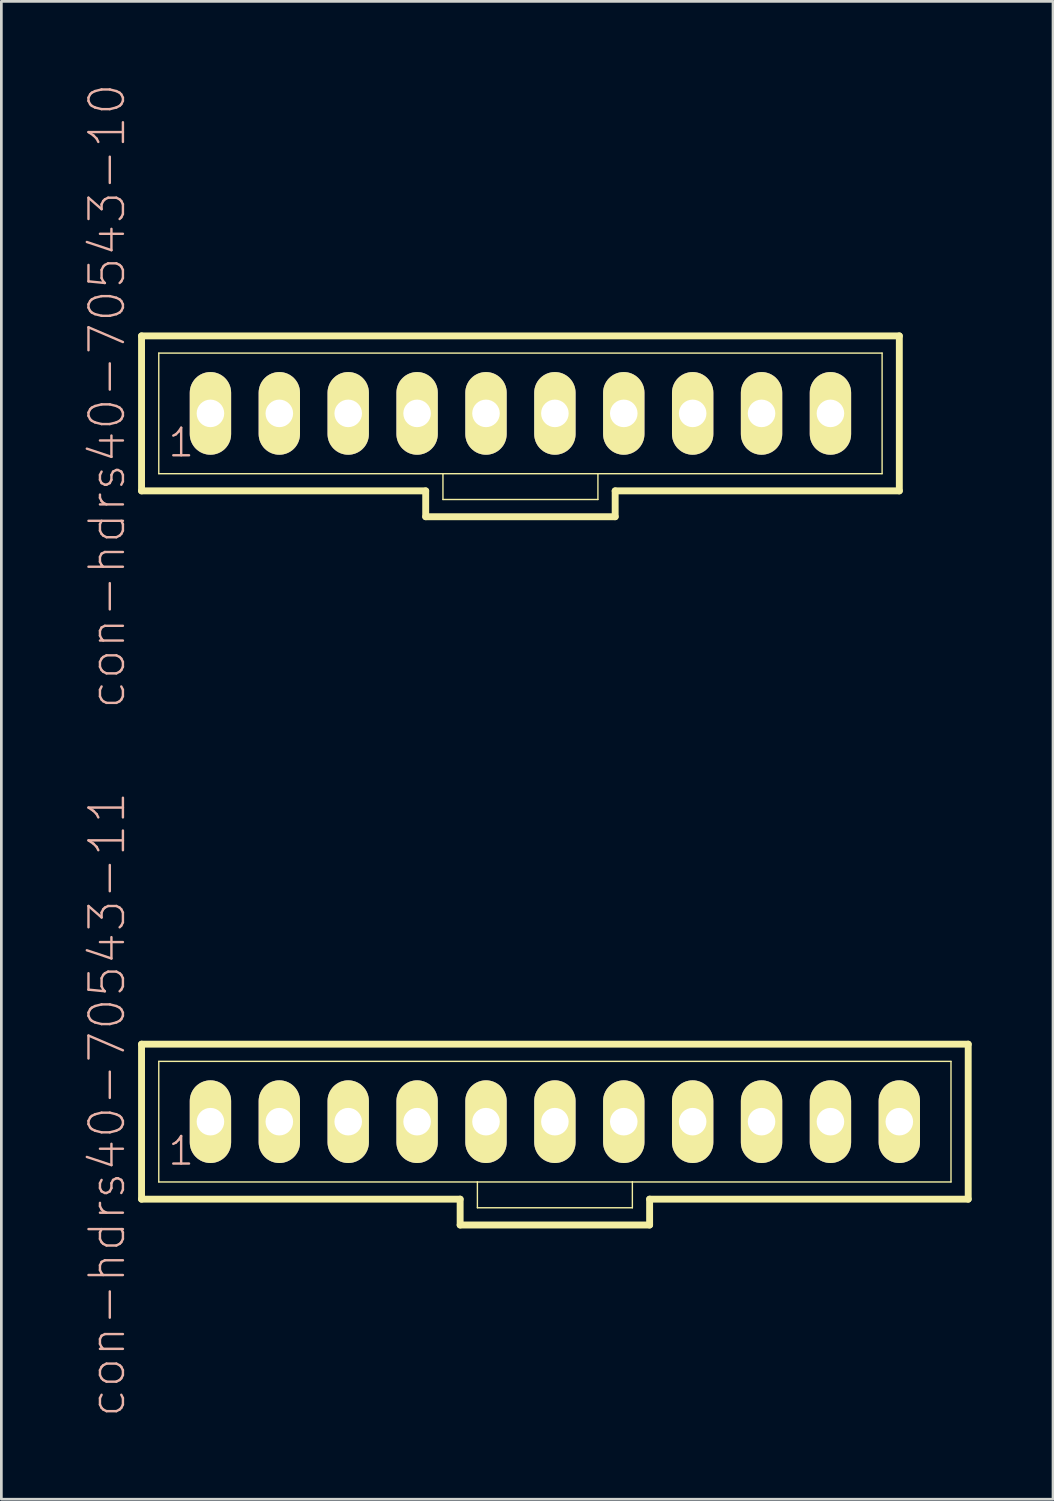
<source format=kicad_pcb>
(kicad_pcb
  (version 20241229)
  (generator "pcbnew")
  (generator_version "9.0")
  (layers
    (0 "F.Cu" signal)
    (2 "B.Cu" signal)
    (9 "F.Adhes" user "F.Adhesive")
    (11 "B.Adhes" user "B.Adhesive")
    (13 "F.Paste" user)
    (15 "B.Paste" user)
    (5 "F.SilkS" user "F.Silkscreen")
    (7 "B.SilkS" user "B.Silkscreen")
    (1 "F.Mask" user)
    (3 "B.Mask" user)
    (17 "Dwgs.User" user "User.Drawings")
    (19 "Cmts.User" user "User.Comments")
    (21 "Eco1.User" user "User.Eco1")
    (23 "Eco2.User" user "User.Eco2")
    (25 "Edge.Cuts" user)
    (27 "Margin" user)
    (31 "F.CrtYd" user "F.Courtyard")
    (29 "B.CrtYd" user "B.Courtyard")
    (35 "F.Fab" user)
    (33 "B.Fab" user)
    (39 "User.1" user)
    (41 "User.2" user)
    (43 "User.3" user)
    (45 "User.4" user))
  (footprint "con-hdrs40-70543-11"
    (layer "F.Cu")
    (at 17.409 38.307)
    (property "Reference" "con-hdrs40-70543-11" (at -16.51 -0.635 90) (layer "B.SilkS") (effects (font (size 1.27 1.27) (thickness 0.089))))
    (attr exclude_from_pos_files exclude_from_bom)
    (fp_line (start -15.24 -2.857) (end -15.24 2.857) (stroke (width 0.254) (type solid)) (layer "F.SilkS"))
    (fp_line (start -15.24 2.857) (end -3.493 2.857) (stroke (width 0.254) (type solid)) (layer "F.SilkS"))
    (fp_line (start -14.605 -2.223) (end -14.605 2.223) (stroke (width 0.051) (type solid)) (layer "F.SilkS"))
    (fp_line (start -14.605 -2.223) (end 14.605 -2.223) (stroke (width 0.051) (type solid)) (layer "F.SilkS"))
    (fp_line (start -14.605 2.223) (end -2.857 2.223) (stroke (width 0.051) (type solid)) (layer "F.SilkS"))
    (fp_line (start -12.936 -0.236) (end -12.461 -0.236) (stroke (width 0.066) (type solid)) (layer "F.SilkS"))
    (fp_line (start -12.936 0.236) (end -12.936 -0.236) (stroke (width 0.066) (type solid)) (layer "F.SilkS"))
    (fp_line (start -12.936 0.236) (end -12.461 0.236) (stroke (width 0.066) (type solid)) (layer "F.SilkS"))
    (fp_line (start -12.461 0.236) (end -12.461 -0.236) (stroke (width 0.066) (type solid)) (layer "F.SilkS"))
    (fp_line (start -10.396 -0.236) (end -9.921 -0.236) (stroke (width 0.066) (type solid)) (layer "F.SilkS"))
    (fp_line (start -10.396 0.236) (end -10.396 -0.236) (stroke (width 0.066) (type solid)) (layer "F.SilkS"))
    (fp_line (start -10.396 0.236) (end -9.921 0.236) (stroke (width 0.066) (type solid)) (layer "F.SilkS"))
    (fp_line (start -9.921 0.236) (end -9.921 -0.236) (stroke (width 0.066) (type solid)) (layer "F.SilkS"))
    (fp_line (start -7.856 -0.236) (end -7.381 -0.236) (stroke (width 0.066) (type solid)) (layer "F.SilkS"))
    (fp_line (start -7.856 0.236) (end -7.856 -0.236) (stroke (width 0.066) (type solid)) (layer "F.SilkS"))
    (fp_line (start -7.856 0.236) (end -7.381 0.236) (stroke (width 0.066) (type solid)) (layer "F.SilkS"))
    (fp_line (start -7.381 0.236) (end -7.381 -0.236) (stroke (width 0.066) (type solid)) (layer "F.SilkS"))
    (fp_line (start -5.316 -0.236) (end -4.841 -0.236) (stroke (width 0.066) (type solid)) (layer "F.SilkS"))
    (fp_line (start -5.316 0.236) (end -5.316 -0.236) (stroke (width 0.066) (type solid)) (layer "F.SilkS"))
    (fp_line (start -5.316 0.236) (end -4.841 0.236) (stroke (width 0.066) (type solid)) (layer "F.SilkS"))
    (fp_line (start -4.841 0.236) (end -4.841 -0.236) (stroke (width 0.066) (type solid)) (layer "F.SilkS"))
    (fp_line (start -3.493 2.857) (end -3.493 3.81) (stroke (width 0.254) (type solid)) (layer "F.SilkS"))
    (fp_line (start -3.493 3.81) (end 3.493 3.81) (stroke (width 0.254) (type solid)) (layer "F.SilkS"))
    (fp_line (start -2.857 2.223) (end -2.857 3.175) (stroke (width 0.051) (type solid)) (layer "F.SilkS"))
    (fp_line (start -2.857 2.223) (end 2.857 2.223) (stroke (width 0.051) (type solid)) (layer "F.SilkS"))
    (fp_line (start -2.776 -0.236) (end -2.301 -0.236) (stroke (width 0.066) (type solid)) (layer "F.SilkS"))
    (fp_line (start -2.776 0.236) (end -2.776 -0.236) (stroke (width 0.066) (type solid)) (layer "F.SilkS"))
    (fp_line (start -2.776 0.236) (end -2.301 0.236) (stroke (width 0.066) (type solid)) (layer "F.SilkS"))
    (fp_line (start -2.301 0.236) (end -2.301 -0.236) (stroke (width 0.066) (type solid)) (layer "F.SilkS"))
    (fp_line (start -0.236 -0.236) (end 0.236 -0.236) (stroke (width 0.066) (type solid)) (layer "F.SilkS"))
    (fp_line (start -0.236 0.236) (end -0.236 -0.236) (stroke (width 0.066) (type solid)) (layer "F.SilkS"))
    (fp_line (start -0.236 0.236) (end 0.236 0.236) (stroke (width 0.066) (type solid)) (layer "F.SilkS"))
    (fp_line (start 0.236 0.236) (end 0.236 -0.236) (stroke (width 0.066) (type solid)) (layer "F.SilkS"))
    (fp_line (start 2.301 -0.236) (end 2.776 -0.236) (stroke (width 0.066) (type solid)) (layer "F.SilkS"))
    (fp_line (start 2.301 0.236) (end 2.301 -0.236) (stroke (width 0.066) (type solid)) (layer "F.SilkS"))
    (fp_line (start 2.301 0.236) (end 2.776 0.236) (stroke (width 0.066) (type solid)) (layer "F.SilkS"))
    (fp_line (start 2.776 0.236) (end 2.776 -0.236) (stroke (width 0.066) (type solid)) (layer "F.SilkS"))
    (fp_line (start 2.857 2.223) (end 2.857 3.175) (stroke (width 0.051) (type solid)) (layer "F.SilkS"))
    (fp_line (start 2.857 2.223) (end 14.605 2.223) (stroke (width 0.051) (type solid)) (layer "F.SilkS"))
    (fp_line (start 2.857 3.175) (end -2.857 3.175) (stroke (width 0.051) (type solid)) (layer "F.SilkS"))
    (fp_line (start 3.493 2.857) (end 15.24 2.857) (stroke (width 0.254) (type solid)) (layer "F.SilkS"))
    (fp_line (start 3.493 3.81) (end 3.493 2.857) (stroke (width 0.254) (type solid)) (layer "F.SilkS"))
    (fp_line (start 4.841 -0.236) (end 5.316 -0.236) (stroke (width 0.066) (type solid)) (layer "F.SilkS"))
    (fp_line (start 4.841 0.236) (end 4.841 -0.236) (stroke (width 0.066) (type solid)) (layer "F.SilkS"))
    (fp_line (start 4.841 0.236) (end 5.316 0.236) (stroke (width 0.066) (type solid)) (layer "F.SilkS"))
    (fp_line (start 5.316 0.236) (end 5.316 -0.236) (stroke (width 0.066) (type solid)) (layer "F.SilkS"))
    (fp_line (start 7.381 -0.236) (end 7.856 -0.236) (stroke (width 0.066) (type solid)) (layer "F.SilkS"))
    (fp_line (start 7.381 0.236) (end 7.381 -0.236) (stroke (width 0.066) (type solid)) (layer "F.SilkS"))
    (fp_line (start 7.381 0.236) (end 7.856 0.236) (stroke (width 0.066) (type solid)) (layer "F.SilkS"))
    (fp_line (start 7.856 0.236) (end 7.856 -0.236) (stroke (width 0.066) (type solid)) (layer "F.SilkS"))
    (fp_line (start 9.921 -0.236) (end 10.396 -0.236) (stroke (width 0.066) (type solid)) (layer "F.SilkS"))
    (fp_line (start 9.921 0.236) (end 9.921 -0.236) (stroke (width 0.066) (type solid)) (layer "F.SilkS"))
    (fp_line (start 9.921 0.236) (end 10.396 0.236) (stroke (width 0.066) (type solid)) (layer "F.SilkS"))
    (fp_line (start 10.396 0.236) (end 10.396 -0.236) (stroke (width 0.066) (type solid)) (layer "F.SilkS"))
    (fp_line (start 12.461 -0.236) (end 12.936 -0.236) (stroke (width 0.066) (type solid)) (layer "F.SilkS"))
    (fp_line (start 12.461 0.236) (end 12.461 -0.236) (stroke (width 0.066) (type solid)) (layer "F.SilkS"))
    (fp_line (start 12.461 0.236) (end 12.936 0.236) (stroke (width 0.066) (type solid)) (layer "F.SilkS"))
    (fp_line (start 12.936 0.236) (end 12.936 -0.236) (stroke (width 0.066) (type solid)) (layer "F.SilkS"))
    (fp_line (start 14.605 -2.223) (end 14.605 2.223) (stroke (width 0.051) (type solid)) (layer "F.SilkS"))
    (fp_line (start 15.24 -2.857) (end -15.24 -2.857) (stroke (width 0.254) (type solid)) (layer "F.SilkS"))
    (fp_line (start 15.24 2.857) (end 15.24 -2.857) (stroke (width 0.254) (type solid)) (layer "F.SilkS"))
    (fp_text user "1" (at -13.78 1.079 0) (layer "B.SilkS") (effects (font (size 1.016 1.016) (thickness 0.089))))
    (pad "1" thru_hole oval (at -12.7 0) (size 1.524 3.048) (drill 1.016) (layers "*.Cu" "F.Mask" "F.SilkS" "F.Paste"))
    (pad "2" thru_hole oval (at -10.16 0) (size 1.524 3.048) (drill 1.016) (layers "*.Cu" "F.Mask" "F.SilkS" "F.Paste"))
    (pad "3" thru_hole oval (at -7.62 0) (size 1.524 3.048) (drill 1.016) (layers "*.Cu" "F.Mask" "F.SilkS" "F.Paste"))
    (pad "4" thru_hole oval (at -5.08 0) (size 1.524 3.048) (drill 1.016) (layers "*.Cu" "F.Mask" "F.SilkS" "F.Paste"))
    (pad "5" thru_hole oval (at -2.54 0) (size 1.524 3.048) (drill 1.016) (layers "*.Cu" "F.Mask" "F.SilkS" "F.Paste"))
    (pad "6" thru_hole oval (at 0 0) (size 1.524 3.048) (drill 1.016) (layers "*.Cu" "F.Mask" "F.SilkS" "F.Paste"))
    (pad "7" thru_hole oval (at 2.54 0) (size 1.524 3.048) (drill 1.016) (layers "*.Cu" "F.Mask" "F.SilkS" "F.Paste"))
    (pad "8" thru_hole oval (at 5.08 0) (size 1.524 3.048) (drill 1.016) (layers "*.Cu" "F.Mask" "F.SilkS" "F.Paste"))
    (pad "9" thru_hole oval (at 7.62 0) (size 1.524 3.048) (drill 1.016) (layers "*.Cu" "F.Mask" "F.SilkS" "F.Paste"))
    (pad "10" thru_hole oval (at 10.16 0) (size 1.524 3.048) (drill 1.016) (layers "*.Cu" "F.Mask" "F.SilkS" "F.Paste"))
    (pad "11" thru_hole oval (at 12.7 0) (size 1.524 3.048) (drill 1.016) (layers "*.Cu" "F.Mask" "F.SilkS" "F.Paste")))
  (footprint "con-hdrs40-70543-10"
    (layer "F.Cu")
    (at 16.139 12.192)
    (property "Reference" "con-hdrs40-70543-10" (at -15.24 -0.635 90) (layer "B.SilkS") (effects (font (size 1.27 1.27) (thickness 0.089))))
    (attr exclude_from_pos_files exclude_from_bom)
    (fp_line (start -13.97 -2.857) (end -13.97 2.857) (stroke (width 0.254) (type solid)) (layer "F.SilkS"))
    (fp_line (start -13.97 2.857) (end -3.493 2.857) (stroke (width 0.254) (type solid)) (layer "F.SilkS"))
    (fp_line (start -13.335 -2.223) (end -13.335 2.223) (stroke (width 0.051) (type solid)) (layer "F.SilkS"))
    (fp_line (start -13.335 -2.223) (end 13.335 -2.223) (stroke (width 0.051) (type solid)) (layer "F.SilkS"))
    (fp_line (start -13.335 2.223) (end -2.857 2.223) (stroke (width 0.051) (type solid)) (layer "F.SilkS"))
    (fp_line (start -11.666 -0.236) (end -11.191 -0.236) (stroke (width 0.066) (type solid)) (layer "F.SilkS"))
    (fp_line (start -11.666 0.236) (end -11.666 -0.236) (stroke (width 0.066) (type solid)) (layer "F.SilkS"))
    (fp_line (start -11.666 0.236) (end -11.191 0.236) (stroke (width 0.066) (type solid)) (layer "F.SilkS"))
    (fp_line (start -11.191 0.236) (end -11.191 -0.236) (stroke (width 0.066) (type solid)) (layer "F.SilkS"))
    (fp_line (start -9.126 -0.236) (end -8.651 -0.236) (stroke (width 0.066) (type solid)) (layer "F.SilkS"))
    (fp_line (start -9.126 0.236) (end -9.126 -0.236) (stroke (width 0.066) (type solid)) (layer "F.SilkS"))
    (fp_line (start -9.126 0.236) (end -8.651 0.236) (stroke (width 0.066) (type solid)) (layer "F.SilkS"))
    (fp_line (start -8.651 0.236) (end -8.651 -0.236) (stroke (width 0.066) (type solid)) (layer "F.SilkS"))
    (fp_line (start -6.586 -0.236) (end -6.111 -0.236) (stroke (width 0.066) (type solid)) (layer "F.SilkS"))
    (fp_line (start -6.586 0.236) (end -6.586 -0.236) (stroke (width 0.066) (type solid)) (layer "F.SilkS"))
    (fp_line (start -6.586 0.236) (end -6.111 0.236) (stroke (width 0.066) (type solid)) (layer "F.SilkS"))
    (fp_line (start -6.111 0.236) (end -6.111 -0.236) (stroke (width 0.066) (type solid)) (layer "F.SilkS"))
    (fp_line (start -4.046 -0.236) (end -3.571 -0.236) (stroke (width 0.066) (type solid)) (layer "F.SilkS"))
    (fp_line (start -4.046 0.236) (end -4.046 -0.236) (stroke (width 0.066) (type solid)) (layer "F.SilkS"))
    (fp_line (start -4.046 0.236) (end -3.571 0.236) (stroke (width 0.066) (type solid)) (layer "F.SilkS"))
    (fp_line (start -3.571 0.236) (end -3.571 -0.236) (stroke (width 0.066) (type solid)) (layer "F.SilkS"))
    (fp_line (start -3.493 2.857) (end -3.493 3.81) (stroke (width 0.254) (type solid)) (layer "F.SilkS"))
    (fp_line (start -3.493 3.81) (end 3.493 3.81) (stroke (width 0.254) (type solid)) (layer "F.SilkS"))
    (fp_line (start -2.857 2.223) (end -2.857 3.175) (stroke (width 0.051) (type solid)) (layer "F.SilkS"))
    (fp_line (start -2.857 2.223) (end 2.857 2.223) (stroke (width 0.051) (type solid)) (layer "F.SilkS"))
    (fp_line (start -1.506 -0.236) (end -1.031 -0.236) (stroke (width 0.066) (type solid)) (layer "F.SilkS"))
    (fp_line (start -1.506 0.236) (end -1.506 -0.236) (stroke (width 0.066) (type solid)) (layer "F.SilkS"))
    (fp_line (start -1.506 0.236) (end -1.031 0.236) (stroke (width 0.066) (type solid)) (layer "F.SilkS"))
    (fp_line (start -1.031 0.236) (end -1.031 -0.236) (stroke (width 0.066) (type solid)) (layer "F.SilkS"))
    (fp_line (start 1.031 -0.236) (end 1.506 -0.236) (stroke (width 0.066) (type solid)) (layer "F.SilkS"))
    (fp_line (start 1.031 0.236) (end 1.031 -0.236) (stroke (width 0.066) (type solid)) (layer "F.SilkS"))
    (fp_line (start 1.031 0.236) (end 1.506 0.236) (stroke (width 0.066) (type solid)) (layer "F.SilkS"))
    (fp_line (start 1.506 0.236) (end 1.506 -0.236) (stroke (width 0.066) (type solid)) (layer "F.SilkS"))
    (fp_line (start 2.857 2.223) (end 2.857 3.175) (stroke (width 0.051) (type solid)) (layer "F.SilkS"))
    (fp_line (start 2.857 2.223) (end 13.335 2.223) (stroke (width 0.051) (type solid)) (layer "F.SilkS"))
    (fp_line (start 2.857 3.175) (end -2.857 3.175) (stroke (width 0.051) (type solid)) (layer "F.SilkS"))
    (fp_line (start 3.493 2.857) (end 13.97 2.857) (stroke (width 0.254) (type solid)) (layer "F.SilkS"))
    (fp_line (start 3.493 3.81) (end 3.493 2.857) (stroke (width 0.254) (type solid)) (layer "F.SilkS"))
    (fp_line (start 3.571 -0.236) (end 4.046 -0.236) (stroke (width 0.066) (type solid)) (layer "F.SilkS"))
    (fp_line (start 3.571 0.236) (end 3.571 -0.236) (stroke (width 0.066) (type solid)) (layer "F.SilkS"))
    (fp_line (start 3.571 0.236) (end 4.046 0.236) (stroke (width 0.066) (type solid)) (layer "F.SilkS"))
    (fp_line (start 4.046 0.236) (end 4.046 -0.236) (stroke (width 0.066) (type solid)) (layer "F.SilkS"))
    (fp_line (start 6.111 -0.236) (end 6.586 -0.236) (stroke (width 0.066) (type solid)) (layer "F.SilkS"))
    (fp_line (start 6.111 0.236) (end 6.111 -0.236) (stroke (width 0.066) (type solid)) (layer "F.SilkS"))
    (fp_line (start 6.111 0.236) (end 6.586 0.236) (stroke (width 0.066) (type solid)) (layer "F.SilkS"))
    (fp_line (start 6.586 0.236) (end 6.586 -0.236) (stroke (width 0.066) (type solid)) (layer "F.SilkS"))
    (fp_line (start 8.651 -0.236) (end 9.126 -0.236) (stroke (width 0.066) (type solid)) (layer "F.SilkS"))
    (fp_line (start 8.651 0.236) (end 8.651 -0.236) (stroke (width 0.066) (type solid)) (layer "F.SilkS"))
    (fp_line (start 8.651 0.236) (end 9.126 0.236) (stroke (width 0.066) (type solid)) (layer "F.SilkS"))
    (fp_line (start 9.126 0.236) (end 9.126 -0.236) (stroke (width 0.066) (type solid)) (layer "F.SilkS"))
    (fp_line (start 11.191 -0.236) (end 11.666 -0.236) (stroke (width 0.066) (type solid)) (layer "F.SilkS"))
    (fp_line (start 11.191 0.236) (end 11.191 -0.236) (stroke (width 0.066) (type solid)) (layer "F.SilkS"))
    (fp_line (start 11.191 0.236) (end 11.666 0.236) (stroke (width 0.066) (type solid)) (layer "F.SilkS"))
    (fp_line (start 11.666 0.236) (end 11.666 -0.236) (stroke (width 0.066) (type solid)) (layer "F.SilkS"))
    (fp_line (start 13.335 -2.223) (end 13.335 2.223) (stroke (width 0.051) (type solid)) (layer "F.SilkS"))
    (fp_line (start 13.97 -2.857) (end -13.97 -2.857) (stroke (width 0.254) (type solid)) (layer "F.SilkS"))
    (fp_line (start 13.97 2.857) (end 13.97 -2.857) (stroke (width 0.254) (type solid)) (layer "F.SilkS"))
    (fp_text user "1" (at -12.509 1.079 0) (layer "B.SilkS") (effects (font (size 1.016 1.016) (thickness 0.089))))
    (pad "1" thru_hole oval (at -11.43 0) (size 1.524 3.048) (drill 1.016) (layers "*.Cu" "F.Mask" "F.SilkS" "F.Paste"))
    (pad "2" thru_hole oval (at -8.89 0) (size 1.524 3.048) (drill 1.016) (layers "*.Cu" "F.Mask" "F.SilkS" "F.Paste"))
    (pad "3" thru_hole oval (at -6.35 0) (size 1.524 3.048) (drill 1.016) (layers "*.Cu" "F.Mask" "F.SilkS" "F.Paste"))
    (pad "4" thru_hole oval (at -3.81 0) (size 1.524 3.048) (drill 1.016) (layers "*.Cu" "F.Mask" "F.SilkS" "F.Paste"))
    (pad "5" thru_hole oval (at -1.27 0) (size 1.524 3.048) (drill 1.016) (layers "*.Cu" "F.Mask" "F.SilkS" "F.Paste"))
    (pad "6" thru_hole oval (at 1.27 0) (size 1.524 3.048) (drill 1.016) (layers "*.Cu" "F.Mask" "F.SilkS" "F.Paste"))
    (pad "7" thru_hole oval (at 3.81 0) (size 1.524 3.048) (drill 1.016) (layers "*.Cu" "F.Mask" "F.SilkS" "F.Paste"))
    (pad "8" thru_hole oval (at 6.35 0) (size 1.524 3.048) (drill 1.016) (layers "*.Cu" "F.Mask" "F.SilkS" "F.Paste"))
    (pad "9" thru_hole oval (at 8.89 0) (size 1.524 3.048) (drill 1.016) (layers "*.Cu" "F.Mask" "F.SilkS" "F.Paste"))
    (pad "10" thru_hole oval (at 11.43 0) (size 1.524 3.048) (drill 1.016) (layers "*.Cu" "F.Mask" "F.SilkS" "F.Paste")))
  (gr_rect
    (start -3 -3)
    (end 35.776 52.229)
    (stroke (width 0.1) (type default))
    (fill no)
    (layer "Edge.Cuts")))
</source>
